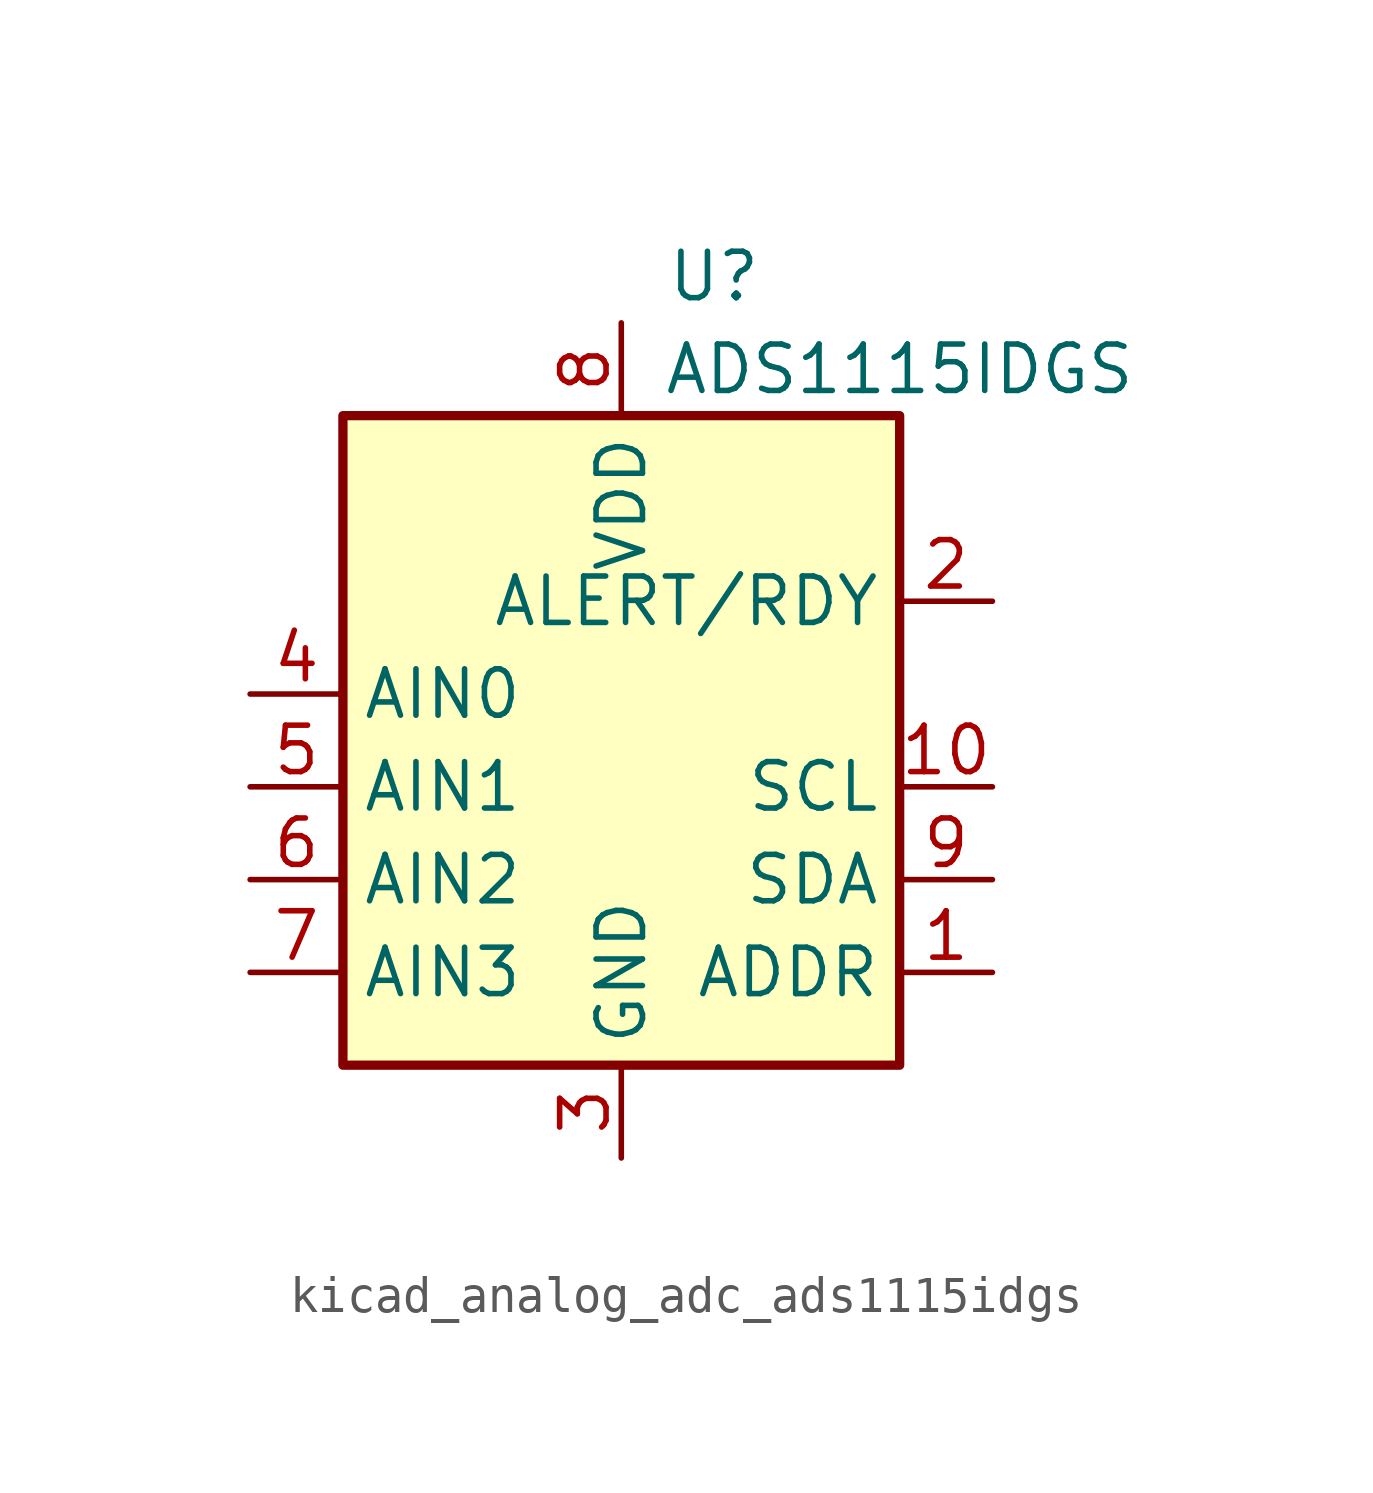
<source format=kicad_sym>
(kicad_symbol_lib
  (version 20220914)
  (generator kicad_symbol_editor)
  (symbol "kicad_analog_adc_ads1115idgs"
    (property "Reference" "U"
      (at 2.54 13.97 0)
      (effects (font (size 1.27 1.27))))
    (property "Value" "ADS1115IDGS"
      (at 7.62 11.43 0)
      (effects (font (size 1.27 1.27))))
    (symbol "kicad_analog_adc_ads1115idgs_0_1"
      (rectangle (start -7.62 10.16) (end 7.62 -7.62) (stroke (width 0.254) (type default)) (fill (type background))))
    (symbol "kicad_analog_adc_ads1115idgs_1_1"
      (pin input line (at 10.16 -5.08 180) (length 2.54) (name "ADDR" (effects (font (size 1.27 1.27)))) (number "1" (effects (font (size 1.27 1.27)))))
      (pin input line (at 10.16 0 180) (length 2.54) (name "SCL" (effects (font (size 1.27 1.27)))) (number "10" (effects (font (size 1.27 1.27)))))
      (pin output line (at 10.16 5.08 180) (length 2.54) (name "ALERT/RDY" (effects (font (size 1.27 1.27)))) (number "2" (effects (font (size 1.27 1.27)))))
      (pin power_in line (at 0 -10.16 90) (length 2.54) (name "GND" (effects (font (size 1.27 1.27)))) (number "3" (effects (font (size 1.27 1.27)))))
      (pin input line (at -10.16 2.54 0) (length 2.54) (name "AIN0" (effects (font (size 1.27 1.27)))) (number "4" (effects (font (size 1.27 1.27)))))
      (pin input line (at -10.16 0 0) (length 2.54) (name "AIN1" (effects (font (size 1.27 1.27)))) (number "5" (effects (font (size 1.27 1.27)))))
      (pin input line (at -10.16 -2.54 0) (length 2.54) (name "AIN2" (effects (font (size 1.27 1.27)))) (number "6" (effects (font (size 1.27 1.27)))))
      (pin input line (at -10.16 -5.08 0) (length 2.54) (name "AIN3" (effects (font (size 1.27 1.27)))) (number "7" (effects (font (size 1.27 1.27)))))
      (pin power_in line (at 0 12.7 270) (length 2.54) (name "VDD" (effects (font (size 1.27 1.27)))) (number "8" (effects (font (size 1.27 1.27)))))
      (pin bidirectional line (at 10.16 -2.54 180) (length 2.54) (name "SDA" (effects (font (size 1.27 1.27)))) (number "9" (effects (font (size 1.27 1.27))))))))
</source>
